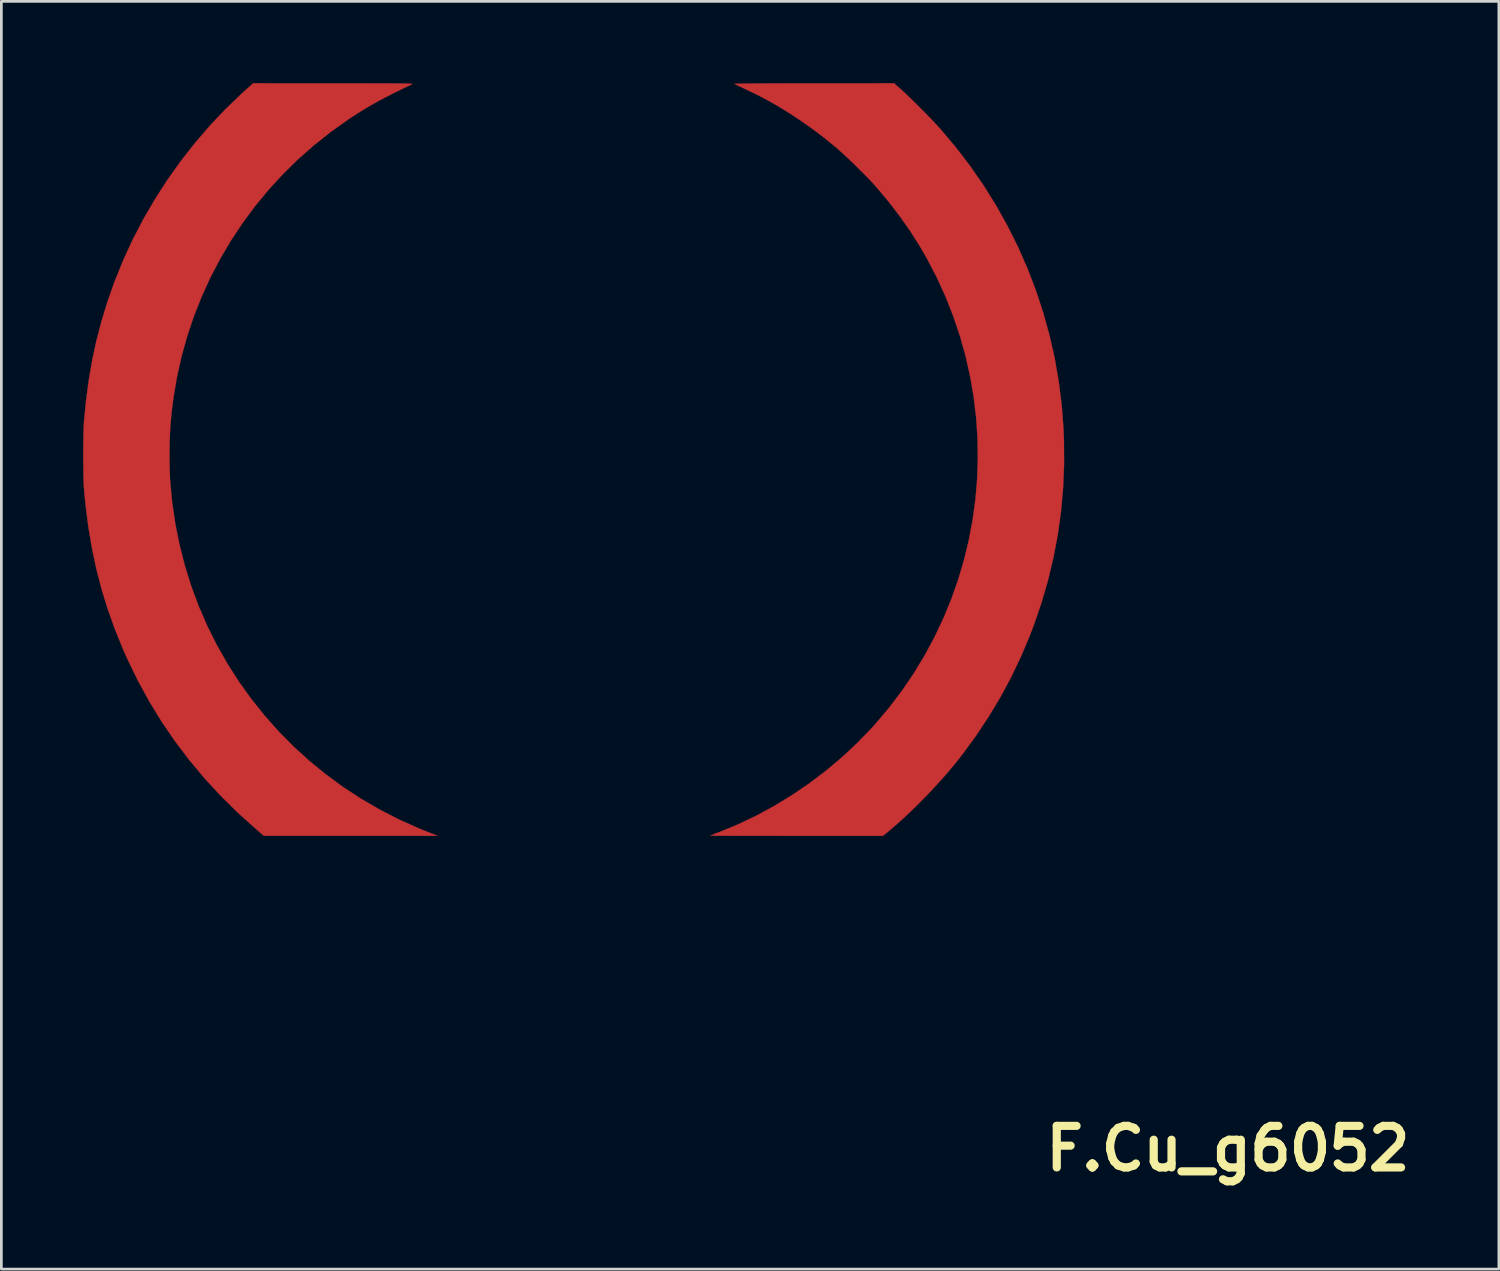
<source format=kicad_pcb>
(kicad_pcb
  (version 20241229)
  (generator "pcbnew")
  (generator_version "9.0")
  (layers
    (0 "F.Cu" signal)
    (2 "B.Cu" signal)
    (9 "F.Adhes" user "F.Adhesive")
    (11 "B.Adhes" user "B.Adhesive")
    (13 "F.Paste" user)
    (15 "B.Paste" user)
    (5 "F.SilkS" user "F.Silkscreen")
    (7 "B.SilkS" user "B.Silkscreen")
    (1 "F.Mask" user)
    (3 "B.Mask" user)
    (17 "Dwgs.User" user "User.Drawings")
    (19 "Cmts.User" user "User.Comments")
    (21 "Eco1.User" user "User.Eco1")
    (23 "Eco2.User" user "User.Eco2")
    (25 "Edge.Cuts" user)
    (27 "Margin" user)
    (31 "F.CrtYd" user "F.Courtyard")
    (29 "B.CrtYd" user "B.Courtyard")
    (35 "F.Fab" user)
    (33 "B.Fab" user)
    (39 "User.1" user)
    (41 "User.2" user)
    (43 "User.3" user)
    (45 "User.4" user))
  (footprint "F.Cu_g6052"
    (layer "F.Cu")
    (at 41.987 39.079)
    (property "Reference" "F.Cu_g6052" (at 0 0 0) (layer "F.SilkS") (effects (font (size 1.524 1.524) (thickness 0.3))))
    (attr through_hole)
    (fp_poly (pts (xy -32.803 -39.072) (xy -32.391 -39.072) (xy -32.018 -39.072) (xy -31.685 -39.072) (xy -31.387 -39.071) (xy -31.124 -39.071) (xy -30.893 -39.07) (xy -30.693 -39.069) (xy -30.521 -39.068) (xy -30.375 -39.067) (xy -30.254 -39.065) (xy -30.155 -39.063) (xy -30.076 -39.061) (xy -30.016 -39.059) (xy -29.972 -39.056) (xy -29.943 -39.053) (xy -29.926 -39.05) (xy -29.919 -39.046) (xy -29.921 -39.041) (xy -29.93 -39.036) (xy -29.93 -39.036) (xy -30.283 -38.869) (xy -30.604 -38.712) (xy -30.897 -38.563) (xy -31.169 -38.418) (xy -31.426 -38.274) (xy -31.675 -38.126) (xy -31.922 -37.973) (xy -32.173 -37.809) (xy -32.247 -37.76) (xy -32.891 -37.303) (xy -33.507 -36.815) (xy -34.093 -36.299) (xy -34.649 -35.754) (xy -35.175 -35.183) (xy -35.668 -34.587) (xy -36.129 -33.967) (xy -36.556 -33.324) (xy -36.95 -32.661) (xy -37.308 -31.978) (xy -37.63 -31.276) (xy -37.916 -30.557) (xy -38.164 -29.823) (xy -38.374 -29.074) (xy -38.545 -28.312) (xy -38.676 -27.538) (xy -38.734 -27.083) (xy -38.762 -26.81) (xy -38.784 -26.558) (xy -38.8 -26.315) (xy -38.811 -26.068) (xy -38.817 -25.805) (xy -38.82 -25.516) (xy -38.82 -25.442) (xy -38.819 -25.265) (xy -38.817 -25.082) (xy -38.813 -24.904) (xy -38.808 -24.74) (xy -38.803 -24.601) (xy -38.798 -24.507) (xy -38.723 -23.707) (xy -38.607 -22.918) (xy -38.452 -22.141) (xy -38.256 -21.377) (xy -38.022 -20.627) (xy -37.748 -19.891) (xy -37.436 -19.172) (xy -37.085 -18.47) (xy -36.697 -17.786) (xy -36.271 -17.121) (xy -35.837 -16.515) (xy -35.345 -15.896) (xy -34.822 -15.307) (xy -34.271 -14.748) (xy -33.691 -14.22) (xy -33.084 -13.725) (xy -32.451 -13.261) (xy -31.793 -12.831) (xy -31.109 -12.434) (xy -30.402 -12.071) (xy -29.672 -11.744) (xy -29.26 -11.579) (xy -28.988 -11.474) (xy -35.359 -11.474) (xy -35.655 -11.729) (xy -36.319 -12.327) (xy -36.947 -12.947) (xy -37.54 -13.59) (xy -38.097 -14.257) (xy -38.619 -14.947) (xy -39.106 -15.66) (xy -39.558 -16.398) (xy -39.975 -17.159) (xy -40.358 -17.944) (xy -40.529 -18.33) (xy -40.824 -19.057) (xy -41.085 -19.787) (xy -41.312 -20.525) (xy -41.506 -21.275) (xy -41.668 -22.042) (xy -41.8 -22.83) (xy -41.903 -23.642) (xy -41.956 -24.215) (xy -41.964 -24.336) (xy -41.97 -24.493) (xy -41.975 -24.68) (xy -41.979 -24.888) (xy -41.981 -25.113) (xy -41.982 -25.347) (xy -41.982 -25.584) (xy -41.981 -25.816) (xy -41.978 -26.038) (xy -41.974 -26.243) (xy -41.969 -26.424) (xy -41.962 -26.575) (xy -41.956 -26.67) (xy -41.88 -27.446) (xy -41.78 -28.193) (xy -41.655 -28.916) (xy -41.503 -29.623) (xy -41.322 -30.318) (xy -41.112 -31.01) (xy -40.871 -31.703) (xy -40.825 -31.824) (xy -40.513 -32.594) (xy -40.162 -33.354) (xy -39.773 -34.099) (xy -39.349 -34.828) (xy -38.891 -35.539) (xy -38.401 -36.227) (xy -37.881 -36.89) (xy -37.333 -37.526) (xy -36.76 -38.132) (xy -36.161 -38.706) (xy -36.041 -38.814) (xy -35.751 -39.074) (xy -32.803 -39.072)) (stroke (width 0.01) (type solid)) (fill yes) (layer "F.Cu"))
    (fp_poly (pts (xy -12.012 -38.869) (xy -11.903 -38.77) (xy -11.771 -38.646) (xy -11.622 -38.502) (xy -11.461 -38.344) (xy -11.294 -38.178) (xy -11.126 -38.009) (xy -10.964 -37.842) (xy -10.812 -37.685) (xy -10.677 -37.541) (xy -10.564 -37.418) (xy -10.537 -37.387) (xy -9.973 -36.717) (xy -9.444 -36.024) (xy -8.951 -35.311) (xy -8.495 -34.577) (xy -8.075 -33.825) (xy -7.692 -33.056) (xy -7.347 -32.27) (xy -7.041 -31.47) (xy -6.773 -30.656) (xy -6.544 -29.829) (xy -6.355 -28.992) (xy -6.207 -28.145) (xy -6.099 -27.289) (xy -6.032 -26.427) (xy -6.014 -25.993) (xy -6.009 -25.109) (xy -6.045 -24.237) (xy -6.122 -23.373) (xy -6.24 -22.519) (xy -6.4 -21.674) (xy -6.601 -20.836) (xy -6.843 -20.005) (xy -7.127 -19.18) (xy -7.274 -18.798) (xy -7.597 -18.035) (xy -7.952 -17.292) (xy -8.341 -16.568) (xy -8.766 -15.859) (xy -9.229 -15.16) (xy -9.733 -14.469) (xy -9.751 -14.446) (xy -10.037 -14.084) (xy -10.353 -13.711) (xy -10.692 -13.332) (xy -11.045 -12.956) (xy -11.408 -12.588) (xy -11.773 -12.237) (xy -12.132 -11.91) (xy -12.481 -11.612) (xy -12.505 -11.592) (xy -12.652 -11.472) (xy -15.823 -11.472) (xy -16.185 -11.472) (xy -16.536 -11.473) (xy -16.873 -11.473) (xy -17.193 -11.473) (xy -17.495 -11.473) (xy -17.775 -11.474) (xy -18.032 -11.474) (xy -18.264 -11.475) (xy -18.467 -11.476) (xy -18.64 -11.476) (xy -18.781 -11.477) (xy -18.886 -11.478) (xy -18.955 -11.479) (xy -18.984 -11.48) (xy -18.985 -11.48) (xy -18.963 -11.489) (xy -18.908 -11.511) (xy -18.829 -11.542) (xy -18.731 -11.58) (xy -18.68 -11.599) (xy -17.988 -11.883) (xy -17.307 -12.207) (xy -16.639 -12.568) (xy -15.987 -12.966) (xy -15.354 -13.397) (xy -14.743 -13.86) (xy -14.157 -14.353) (xy -13.598 -14.874) (xy -13.069 -15.422) (xy -12.936 -15.568) (xy -12.428 -16.17) (xy -11.955 -16.793) (xy -11.519 -17.434) (xy -11.12 -18.093) (xy -10.757 -18.768) (xy -10.432 -19.458) (xy -10.143 -20.16) (xy -9.892 -20.874) (xy -9.677 -21.598) (xy -9.501 -22.33) (xy -9.362 -23.07) (xy -9.26 -23.815) (xy -9.197 -24.564) (xy -9.172 -25.316) (xy -9.184 -26.068) (xy -9.235 -26.821) (xy -9.325 -27.571) (xy -9.453 -28.318) (xy -9.619 -29.06) (xy -9.825 -29.796) (xy -10.07 -30.524) (xy -10.353 -31.243) (xy -10.676 -31.951) (xy -11.038 -32.646) (xy -11.309 -33.115) (xy -11.651 -33.653) (xy -12.028 -34.19) (xy -12.434 -34.719) (xy -12.862 -35.231) (xy -12.975 -35.359) (xy -13.093 -35.488) (xy -13.237 -35.637) (xy -13.399 -35.802) (xy -13.573 -35.975) (xy -13.752 -36.149) (xy -13.929 -36.318) (xy -14.098 -36.476) (xy -14.252 -36.616) (xy -14.362 -36.712) (xy -14.756 -37.036) (xy -15.179 -37.359) (xy -15.62 -37.672) (xy -16.066 -37.967) (xy -16.373 -38.158) (xy -16.57 -38.275) (xy -16.757 -38.382) (xy -16.94 -38.483) (xy -17.126 -38.581) (xy -17.323 -38.681) (xy -17.537 -38.785) (xy -17.775 -38.898) (xy -18.044 -39.022) (xy -18.098 -39.047) (xy -18.095 -39.05) (xy -18.07 -39.053) (xy -18.021 -39.056) (xy -17.947 -39.059) (xy -17.847 -39.061) (xy -17.718 -39.063) (xy -17.559 -39.065) (xy -17.37 -39.067) (xy -17.147 -39.068) (xy -16.891 -39.069) (xy -16.599 -39.07) (xy -16.27 -39.071) (xy -15.903 -39.072) (xy -15.496 -39.072) (xy -15.198 -39.072) (xy -12.245 -39.074) (xy -12.012 -38.869)) (stroke (width 0.01) (type solid)) (fill yes) (layer "F.Cu")))
  (gr_rect
    (start -3 -3)
    (end 51.925 43.497)
    (stroke (width 0.1) (type default))
    (fill no)
    (layer "Edge.Cuts")))
</source>
